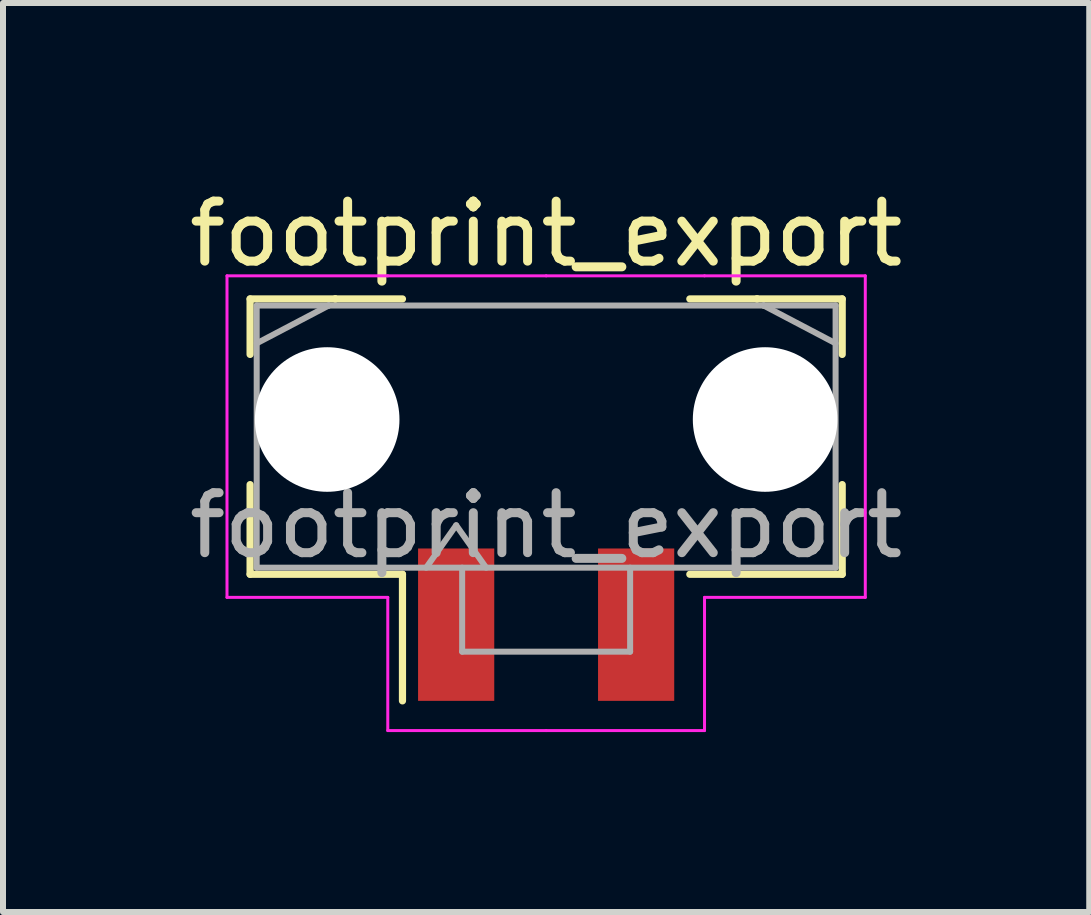
<source format=kicad_pcb>
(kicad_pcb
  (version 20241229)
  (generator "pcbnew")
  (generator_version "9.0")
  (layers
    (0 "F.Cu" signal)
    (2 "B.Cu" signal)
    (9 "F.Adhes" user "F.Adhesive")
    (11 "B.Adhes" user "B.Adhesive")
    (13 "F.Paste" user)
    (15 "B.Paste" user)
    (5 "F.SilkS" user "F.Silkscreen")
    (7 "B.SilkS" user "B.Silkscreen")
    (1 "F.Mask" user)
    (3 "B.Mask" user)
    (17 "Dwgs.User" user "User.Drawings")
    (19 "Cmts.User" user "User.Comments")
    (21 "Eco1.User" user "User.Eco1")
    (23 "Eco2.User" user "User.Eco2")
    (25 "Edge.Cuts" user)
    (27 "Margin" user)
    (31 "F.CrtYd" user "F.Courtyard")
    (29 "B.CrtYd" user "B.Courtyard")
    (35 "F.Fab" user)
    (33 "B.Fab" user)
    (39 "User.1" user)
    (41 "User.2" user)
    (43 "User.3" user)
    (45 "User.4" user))
  (footprint "footprint_export"
    (layer "F.Cu")
    (at 6.054 4.228)
    (property "Reference" "footprint_export" (at 0 -3.38 0) (layer "F.SilkS") (effects (font (size 1 1) (thickness 0.15))))
    (attr smd)
    (fp_line (start -4.935 -2.295) (end -3.515 -2.295) (stroke (width 0.12) (type solid)) (layer "F.SilkS"))
    (fp_line (start -4.935 -1.37) (end -4.935 -2.295) (stroke (width 0.12) (type solid)) (layer "F.SilkS"))
    (fp_line (start -4.935 0.8) (end -4.935 2.295) (stroke (width 0.12) (type solid)) (layer "F.SilkS"))
    (fp_line (start -4.935 2.295) (end -2.395 2.295) (stroke (width 0.12) (type solid)) (layer "F.SilkS"))
    (fp_line (start -3.515 -2.295) (end -3.515 -2.295) (stroke (width 0.12) (type solid)) (layer "F.SilkS"))
    (fp_line (start -3.515 -2.295) (end -2.395 -2.295) (stroke (width 0.12) (type solid)) (layer "F.SilkS"))
    (fp_line (start -2.395 2.295) (end -2.395 4.405) (stroke (width 0.12) (type solid)) (layer "F.SilkS"))
    (fp_line (start 3.515 -2.295) (end 2.395 -2.295) (stroke (width 0.12) (type solid)) (layer "F.SilkS"))
    (fp_line (start 3.515 -2.295) (end 3.515 -2.295) (stroke (width 0.12) (type solid)) (layer "F.SilkS"))
    (fp_line (start 4.935 -2.295) (end 3.515 -2.295) (stroke (width 0.12) (type solid)) (layer "F.SilkS"))
    (fp_line (start 4.935 -1.37) (end 4.935 -2.295) (stroke (width 0.12) (type solid)) (layer "F.SilkS"))
    (fp_line (start 4.935 0.8) (end 4.935 2.295) (stroke (width 0.12) (type solid)) (layer "F.SilkS"))
    (fp_line (start 4.935 2.295) (end 2.395 2.295) (stroke (width 0.12) (type solid)) (layer "F.SilkS"))
    (fp_line (start -5.32 -2.68) (end -5.32 2.68) (stroke (width 0.05) (type solid)) (layer "F.CrtYd"))
    (fp_line (start -5.32 2.68) (end -2.64 2.68) (stroke (width 0.05) (type solid)) (layer "F.CrtYd"))
    (fp_line (start -2.64 -2.68) (end -5.32 -2.68) (stroke (width 0.05) (type solid)) (layer "F.CrtYd"))
    (fp_line (start -2.64 2.68) (end -2.64 4.9) (stroke (width 0.05) (type solid)) (layer "F.CrtYd"))
    (fp_line (start -2.64 4.9) (end 0 4.9) (stroke (width 0.05) (type solid)) (layer "F.CrtYd"))
    (fp_line (start 0 -2.68) (end -2.64 -2.68) (stroke (width 0.05) (type solid)) (layer "F.CrtYd"))
    (fp_line (start 0 -2.68) (end 2.64 -2.68) (stroke (width 0.05) (type solid)) (layer "F.CrtYd"))
    (fp_line (start 2.64 -2.68) (end 5.32 -2.68) (stroke (width 0.05) (type solid)) (layer "F.CrtYd"))
    (fp_line (start 2.64 2.68) (end 2.64 4.9) (stroke (width 0.05) (type solid)) (layer "F.CrtYd"))
    (fp_line (start 2.64 4.9) (end 0 4.9) (stroke (width 0.05) (type solid)) (layer "F.CrtYd"))
    (fp_line (start 5.32 -2.68) (end 5.32 2.68) (stroke (width 0.05) (type solid)) (layer "F.CrtYd"))
    (fp_line (start 5.32 2.68) (end 2.64 2.68) (stroke (width 0.05) (type solid)) (layer "F.CrtYd"))
    (fp_line (start -4.825 -2.185) (end -4.825 2.185) (stroke (width 0.1) (type solid)) (layer "F.Fab"))
    (fp_line (start -4.825 -1.555) (end -3.625 -2.185) (stroke (width 0.1) (type solid)) (layer "F.Fab"))
    (fp_line (start -4.825 2.185) (end 4.825 2.185) (stroke (width 0.1) (type solid)) (layer "F.Fab"))
    (fp_line (start -3.625 -2.185) (end -4.825 -2.185) (stroke (width 0.1) (type solid)) (layer "F.Fab"))
    (fp_line (start -3.625 -2.185) (end -3.625 -2.185) (stroke (width 0.1) (type solid)) (layer "F.Fab"))
    (fp_line (start -2 2.185) (end -1.5 1.478) (stroke (width 0.1) (type solid)) (layer "F.Fab"))
    (fp_line (start -1.5 1.478) (end -1 2.185) (stroke (width 0.1) (type solid)) (layer "F.Fab"))
    (fp_line (start -1.4 2.185) (end -1.4 3.585) (stroke (width 0.1) (type solid)) (layer "F.Fab"))
    (fp_line (start -1.4 3.585) (end 1.4 3.585) (stroke (width 0.1) (type solid)) (layer "F.Fab"))
    (fp_line (start 1.4 3.585) (end 1.4 2.185) (stroke (width 0.1) (type solid)) (layer "F.Fab"))
    (fp_line (start 3.625 -2.185) (end -3.625 -2.185) (stroke (width 0.1) (type solid)) (layer "F.Fab"))
    (fp_line (start 3.625 -2.185) (end 3.625 -2.185) (stroke (width 0.1) (type solid)) (layer "F.Fab"))
    (fp_line (start 4.825 -2.185) (end 3.625 -2.185) (stroke (width 0.1) (type solid)) (layer "F.Fab"))
    (fp_line (start 4.825 -1.555) (end 3.625 -2.185) (stroke (width 0.1) (type solid)) (layer "F.Fab"))
    (fp_line (start 4.825 2.185) (end 4.825 -2.185) (stroke (width 0.1) (type solid)) (layer "F.Fab"))
    (fp_text user "${REFERENCE}" (at 0 1.48 0) (layer "F.Fab") (effects (font (size 1 1) (thickness 0.15))))
    (pad "" np_thru_hole circle (at -3.65 -0.285) (size 2.41 2.41) (drill 2.41) (layers "*.Cu" "*.Mask"))
    (pad "" np_thru_hole circle (at 3.65 -0.285) (size 2.41 2.41) (drill 2.41) (layers "*.Cu" "*.Mask"))
    (pad "1" smd rect (at -1.5 3.135) (size 1.27 2.54) (layers "F.Cu" "F.Mask" "F.Paste"))
    (pad "2" smd rect (at 1.5 3.135) (size 1.27 2.54) (layers "F.Cu" "F.Mask" "F.Paste")))
  (gr_rect
    (start -3 -3)
    (end 15.107 12.153)
    (stroke (width 0.1) (type default))
    (fill no)
    (layer "Edge.Cuts")))
</source>
